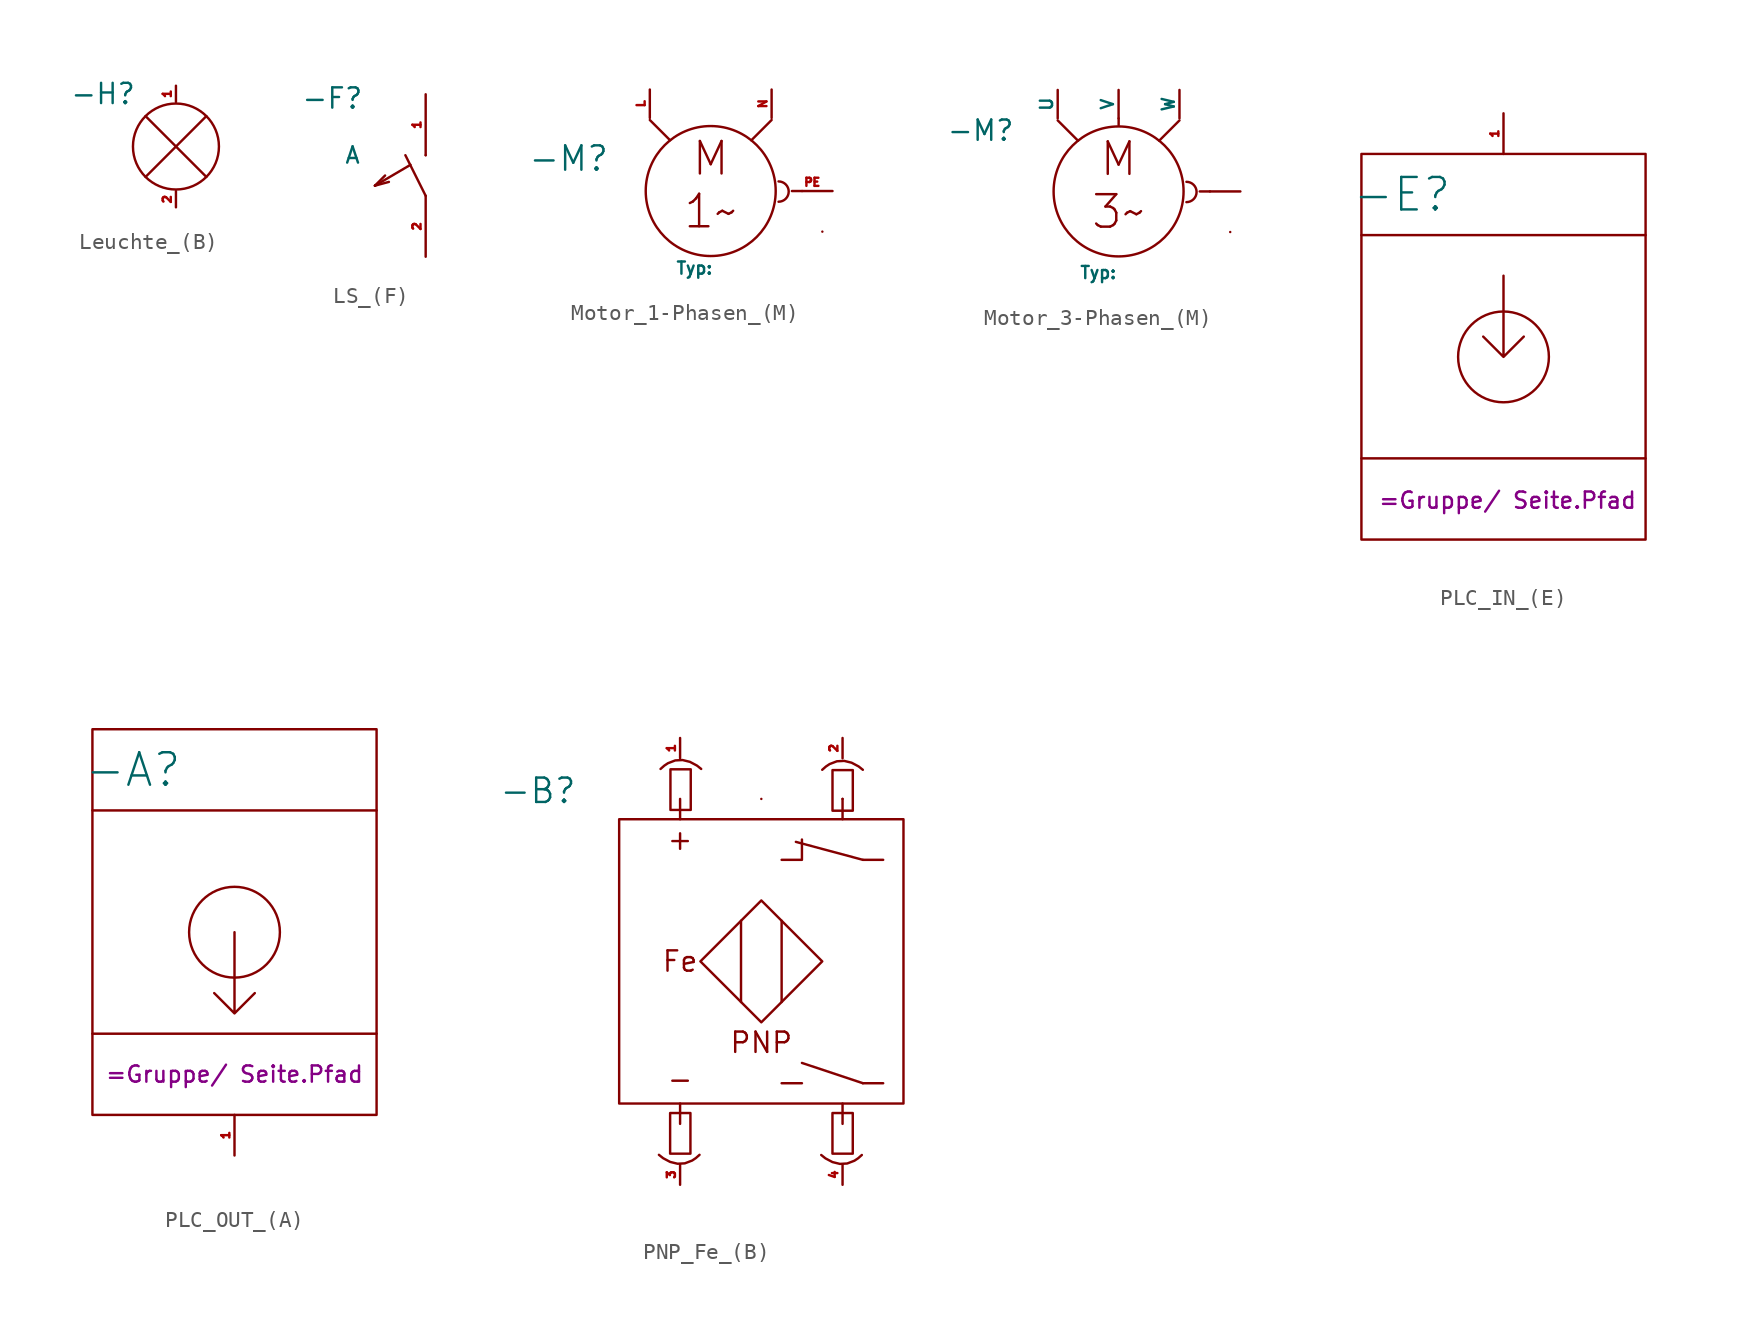
<source format=kicad_sym>
(kicad_symbol_lib
  (version 20241209)
  (generator "kicad_symbol_editor")
  (generator_version "9.0")
  (symbol "Leuchte_(B)"
    (property "Reference" "-H"
      (at -4.572 3.302 0)
      (effects (font (size 1.27 1.27))))
    (property "Value" ""
      (at 0 0 0)
      (effects (font (size 1.27 1.27))))
    (symbol "Leuchte_(B)_0_1"
      (polyline (pts (xy -1.905 1.905) (xy 1.905 -1.905)) (stroke (width 0) (type default)) (fill (type none)))
      (polyline (pts (xy -1.905 -1.905) (xy 1.905 1.905)) (stroke (width 0) (type default)) (fill (type none)))
      (circle (center 0 0) (radius 2.694) (stroke (width 0) (type default)) (fill (type none))))
    (symbol "Leuchte_(B)_1_1"
      (pin bidirectional line (at 0 3.81 270) (length 1.016) (name "" (effects (font (size 0.762 0.762)))) (number "1" (effects (font (size 0.508 0.508)))))
      (pin bidirectional line (at 0 -3.81 90) (length 1.016) (name "" (effects (font (size 0.762 0.762)))) (number "2" (effects (font (size 0.508 0.508)))))))
  (symbol "LS_(F)"
    (property "Reference" "-F"
      (at -5.842 3.556 0)
      (do_not_autoplace)
      (effects (font (size 1.27 1.27))))
    (property "Value" "A"
      (at -4.572 0 0)
      (do_not_autoplace)
      (effects (font (size 1.016 1.016))))
    (symbol "LS_(F)_0_1"
      (polyline (pts (xy -3.175 -1.905) (xy -2.54 -1.27)) (stroke (width 0) (type default)) (fill (type none)))
      (polyline (pts (xy -3.175 -1.905) (xy -2.301 -1.67)) (stroke (width 0) (type default)) (fill (type none)))
      (polyline (pts (xy -3.158 -1.895) (xy -3.158 -1.895)) (stroke (width 0) (type default)) (fill (type none)))
      (polyline (pts (xy -0.951 -0.601) (xy -3.175 -1.905)) (stroke (width 0) (type default)) (fill (type none)))
      (polyline (pts (xy 0 0) (xy 0 0)) (stroke (width 0) (type default)) (fill (type none)))
      (polyline (pts (xy 0 -2.54) (xy -1.27 0)) (stroke (width 0) (type default)) (fill (type none))))
    (symbol "LS_(F)_1_1"
      (pin input line (at 0 3.81 270) (length 3.81) (name "" (effects (font (size 0.762 0.762)))) (number "1" (effects (font (size 0.508 0.508)))))
      (pin output line (at 0 -6.35 90) (length 3.81) (name "" (effects (font (size 0.762 0.762)))) (number "2" (effects (font (size 0.508 0.508)))))))
  (symbol "Motor_1-Phasen_(M)"
    (property "Reference" "-M"
      (at -8.89 2.032 0)
      (do_not_autoplace)
      (effects (font (size 1.524 1.524))))
    (property "Value" "Typ:"
      (at -1.016 -4.826 0)
      (effects (font (size 0.762 0.762))))
    (symbol "Motor_1-Phasen_(M)_0_1"
      (circle (center 0 0) (radius 4.066) (stroke (width 0) (type default)) (fill (type none)))
      (arc (start 4.2451 0.6014) (mid 4.8801 -0.0336) (end 4.2451 -0.6686) (stroke (width 0) (type default)) (fill (type none)))
      (polyline (pts (xy 5.715 0) (xy 5.715 0)) (stroke (width 0) (type default)) (fill (type none)))
      (polyline (pts (xy 6.985 -2.54) (xy 6.985 -2.54)) (stroke (width 0) (type default)) (fill (type none))))
    (symbol "Motor_1-Phasen_(M)_1_1"
      (polyline (pts (xy -2.54 3.175) (xy -3.81 4.445)) (stroke (width 0) (type default)) (fill (type none)))
      (polyline (pts (xy 2.54 3.175) (xy 3.81 4.445)) (stroke (width 0) (type default)) (fill (type none)))
      (text "M" (at 0 2.032 0) (effects (font (size 2.032 2.032))))
      (text "1~" (at 0 -1.27 0) (effects (font (size 2.032 2.032))))
      (pin input line (at -3.81 6.35 270) (length 1.778) (name "" (effects (font (size 0.762 0.762)))) (number "L" (effects (font (size 0.508 0.508)))))
      (pin output line (at 3.81 6.35 270) (length 1.778) (name "" (effects (font (size 0.762 0.762)))) (number "N" (effects (font (size 0.508 0.508)))))
      (pin free line (at 7.62 0 180) (length 2.54) (name "" (effects (font (size 0.762 0.762)))) (number "PE" (effects (font (size 0.508 0.508)))))))
  (symbol "Motor_3-Phasen_(M)"
    (pin_numbers
      (hide yes))
    (pin_names
      (offset 0))
    (property "Reference" "-M"
      (at -8.636 3.81 0)
      (effects (font (size 1.27 1.27))))
    (property "Value" "Typ:"
      (at -1.27 -5.08 0)
      (effects (font (size 0.762 0.762))))
    (symbol "Motor_3-Phasen_(M)_0_1"
      (circle (center 0 0) (radius 4.066) (stroke (width 0) (type default)) (fill (type none)))
      (polyline (pts (xy 0.003 4.572) (xy 0.003 4.145)) (stroke (width 0) (type default)) (fill (type none)))
      (arc (start 4.2451 0.6014) (mid 4.8801 -0.0336) (end 4.2451 -0.6686) (stroke (width 0) (type default)) (fill (type none)))
      (polyline (pts (xy 5.715 0) (xy 5.715 0)) (stroke (width 0) (type default)) (fill (type none)))
      (polyline (pts (xy 6.985 -2.54) (xy 6.985 -2.54)) (stroke (width 0) (type default)) (fill (type none))))
    (symbol "Motor_3-Phasen_(M)_1_1"
      (polyline (pts (xy -2.54 3.175) (xy -3.81 4.445)) (stroke (width 0) (type default)) (fill (type none)))
      (polyline (pts (xy 2.54 3.175) (xy 3.81 4.445)) (stroke (width 0) (type default)) (fill (type none)))
      (text "M" (at 0 2.032 0) (effects (font (size 2.032 2.032))))
      (text "3~" (at 0 -1.27 0) (effects (font (size 2.032 2.032))))
      (pin input line (at -3.81 6.35 270) (length 1.778) (name "U" (effects (font (size 0.762 0.762)))) (number "U" (effects (font (size 0.508 0.508)))))
      (pin output line (at 0 6.35 270) (length 1.778) (name "V" (effects (font (size 0.762 0.762)))) (number "V" (effects (font (size 0.508 0.508)))))
      (pin output line (at 3.81 6.35 270) (length 1.778) (name "W" (effects (font (size 0.762 0.762)))) (number "W" (effects (font (size 0.508 0.508)))))
      (pin free line (at 7.62 0 180) (length 2.54) (name "" (effects (font (size 0.762 0.762)))) (number "PE" (effects (font (size 0.508 0.508)))))))
  (symbol "PLC_IN_(E)"
    (property "Reference" "-E"
      (at -6.35 10.16 0)
      (effects (font (size 2.032 2.032))))
    (property "Value" ""
      (at 0 0 0)
      (effects (font (size 1.27 1.27))))
    (property "Target" "=Gruppe/ Seite.Pfad"
      (at 0.254 -8.382 0)
      (do_not_autoplace)
      (effects (font (size 1.016 1.016)) (justify top)))
    (symbol "PLC_IN_(E)_0_1"
      (rectangle (start -8.89 12.7) (end 8.89 -11.43) (stroke (width 0) (type default)) (fill (type none)))
      (polyline (pts (xy -8.89 7.62) (xy 8.89 7.62)) (stroke (width 0) (type default)) (fill (type none)))
      (polyline (pts (xy -8.89 -6.35) (xy 8.89 -6.35)) (stroke (width 0) (type default)) (fill (type none)))
      (polyline (pts (xy 0 5.08) (xy 0 0) (xy 1.27 1.27) (xy 0 0) (xy -1.27 1.27)) (stroke (width 0) (type default)) (fill (type none)))
      (circle (center 0 0) (radius 2.84) (stroke (width 0) (type default)) (fill (type none))))
    (symbol "PLC_IN_(E)_1_1"
      (pin input line (at 0 15.24 270) (length 2.54) (name "" (effects (font (size 0.762 0.762)))) (number "1" (effects (font (size 0.508 0.508)))))))
  (symbol "PLC_OUT_(A)"
    (property "Reference" "-A"
      (at -6.35 10.16 0)
      (effects (font (size 2.032 2.032))))
    (property "Value" ""
      (at 0 0 0)
      (effects (font (size 1.27 1.27))))
    (property "Target" "=Gruppe/ Seite.Pfad"
      (at 0 -8.89 0)
      (do_not_autoplace)
      (effects (font (size 1.016 1.016))))
    (symbol "PLC_OUT_(A)_0_1"
      (rectangle (start -8.89 12.7) (end 8.89 -11.43) (stroke (width 0) (type default)) (fill (type none)))
      (polyline (pts (xy -8.89 7.62) (xy 8.89 7.62)) (stroke (width 0) (type default)) (fill (type none)))
      (polyline (pts (xy -8.89 -6.35) (xy 8.89 -6.35)) (stroke (width 0) (type default)) (fill (type none)))
      (polyline (pts (xy 0 0) (xy 0 -5.08) (xy 1.27 -3.81) (xy 0 -5.08) (xy -1.27 -3.81)) (stroke (width 0) (type default)) (fill (type none)))
      (circle (center 0 0) (radius 2.84) (stroke (width 0) (type default)) (fill (type none))))
    (symbol "PLC_OUT_(A)_1_1"
      (pin output line (at 0 -13.97 90) (length 2.54) (name "" (effects (font (size 0.762 0.762)))) (number "1" (effects (font (size 0.508 0.508)))))))
  (symbol "PNP_Fe_(B)"
    (property "Reference" "-B"
      (at -13.97 10.668 0)
      (do_not_autoplace)
      (effects (font (size 1.524 1.524))))
    (property "Value" ""
      (at 0 0 0)
      (effects (font (size 1.27 1.27))))
    (symbol "PNP_Fe_(B)_0_1"
      (rectangle (start -8.89 8.89) (end 8.89 -8.89) (stroke (width 0) (type default)) (fill (type none)))
      (polyline (pts (xy -5.08 8.89) (xy -5.08 10.16)) (stroke (width 0) (type default)) (fill (type none)))
      (polyline (pts (xy -5.08 -8.89) (xy -5.08 -10.16)) (stroke (width 0) (type default)) (fill (type none)))
      (polyline (pts (xy -3.81 0) (xy 0 3.81) (xy 3.81 0) (xy 0 -3.81) (xy -3.81 0)) (stroke (width 0) (type default)) (fill (type none)))
      (polyline (pts (xy -1.27 2.54) (xy -1.27 -2.54)) (stroke (width 0) (type default)) (fill (type none)))
      (rectangle (start 0 10.16) (end 0 10.16) (stroke (width 0) (type default)) (fill (type none)))
      (polyline (pts (xy 1.27 6.35) (xy 2.54 6.35) (xy 2.54 7.62)) (stroke (width 0) (type default)) (fill (type none)))
      (polyline (pts (xy 1.27 2.54) (xy 1.27 -2.54)) (stroke (width 0) (type default)) (fill (type none)))
      (polyline (pts (xy 1.27 -7.62) (xy 2.54 -7.62)) (stroke (width 0) (type default)) (fill (type none)))
      (rectangle (start 5.08 10.16) (end 5.08 10.16) (stroke (width 0) (type default)) (fill (type none)))
      (polyline (pts (xy 5.08 8.89) (xy 5.08 10.16)) (stroke (width 0) (type default)) (fill (type none)))
      (polyline (pts (xy 5.08 -8.89) (xy 5.08 -10.16)) (stroke (width 0) (type default)) (fill (type none)))
      (polyline (pts (xy 6.35 6.35) (xy 2.161 7.474)) (stroke (width 0) (type default)) (fill (type none)))
      (polyline (pts (xy 6.35 6.35) (xy 7.62 6.35)) (stroke (width 0) (type default)) (fill (type none)))
      (polyline (pts (xy 6.35 -7.62) (xy 2.54 -6.35)) (stroke (width 0) (type default)) (fill (type none)))
      (polyline (pts (xy 6.35 -7.62) (xy 7.62 -7.62)) (stroke (width 0) (type default)) (fill (type none))))
    (symbol "PNP_Fe_(B)_1_1"
      (bezier (pts (xy -6.301 12.034) (xy -5.031 13.305) (xy -3.761 12.034) (xy -3.761 12.034)) (stroke (width 0) (type default)) (fill (type none)))
      (rectangle (start -5.703 -9.483) (end -4.433 -12.024) (stroke (width 0) (type solid)) (fill (type color) (color 0 0 0 0)))
      (rectangle (start -5.683 12.011) (end -4.413 9.471) (stroke (width 0) (type solid)) (fill (type color) (color 0 0 0 0)))
      (bezier (pts (xy -3.864 -12.097) (xy -5.134 -13.367) (xy -6.404 -12.097) (xy -6.404 -12.097)) (stroke (width 0) (type default)) (fill (type none)))
      (bezier (pts (xy 3.809 11.981) (xy 5.079 13.251) (xy 6.349 11.981) (xy 6.349 11.981)) (stroke (width 0) (type default)) (fill (type none)))
      (rectangle (start 4.449 -9.483) (end 5.719 -12.024) (stroke (width 0) (type solid)) (fill (type color) (color 0 0 0 0)))
      (rectangle (start 4.451 11.963) (end 5.721 9.423) (stroke (width 0) (type solid)) (fill (type color) (color 0 0 0 0)))
      (bezier (pts (xy 6.286 -12.107) (xy 5.016 -13.377) (xy 3.746 -12.107) (xy 3.746 -12.107)) (stroke (width 0) (type default)) (fill (type none)))
      (text "+" (at -5.08 7.62 0) (effects (font (size 1.27 1.27))))
      (text "Fe" (at -5.08 0 0) (effects (font (size 1.27 1.27))))
      (text "-" (at -5.08 -7.366 0) (effects (font (size 1.27 1.27))))
      (text "PNP" (at 0 -5.08 0) (effects (font (size 1.27 1.27))))
      (pin input line (at -5.08 13.97 270) (length 1.27) (name "" (effects (font (size 0.762 0.762)))) (number "1" (effects (font (size 0.508 0.508)))))
      (pin input line (at -5.08 -13.97 90) (length 1.27) (name "" (effects (font (size 0.762 0.762)))) (number "3" (effects (font (size 0.508 0.508)))))
      (pin output line (at 5.08 13.97 270) (length 1.27) (name "" (effects (font (size 0.762 0.762)))) (number "2" (effects (font (size 0.508 0.508)))))
      (pin output line (at 5.08 -13.97 90) (length 1.27) (name "" (effects (font (size 0.762 0.762)))) (number "4" (effects (font (size 0.508 0.508))))))))
</source>
